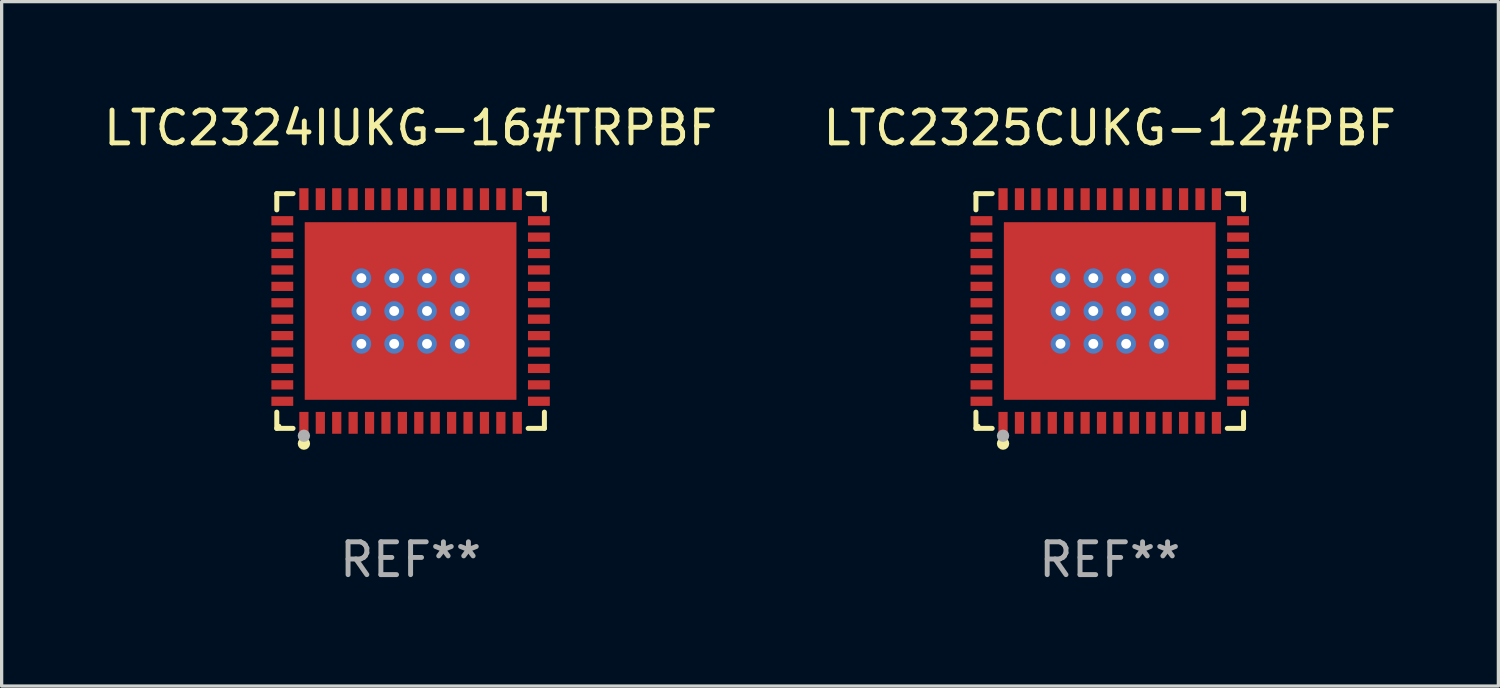
<source format=kicad_pcb>
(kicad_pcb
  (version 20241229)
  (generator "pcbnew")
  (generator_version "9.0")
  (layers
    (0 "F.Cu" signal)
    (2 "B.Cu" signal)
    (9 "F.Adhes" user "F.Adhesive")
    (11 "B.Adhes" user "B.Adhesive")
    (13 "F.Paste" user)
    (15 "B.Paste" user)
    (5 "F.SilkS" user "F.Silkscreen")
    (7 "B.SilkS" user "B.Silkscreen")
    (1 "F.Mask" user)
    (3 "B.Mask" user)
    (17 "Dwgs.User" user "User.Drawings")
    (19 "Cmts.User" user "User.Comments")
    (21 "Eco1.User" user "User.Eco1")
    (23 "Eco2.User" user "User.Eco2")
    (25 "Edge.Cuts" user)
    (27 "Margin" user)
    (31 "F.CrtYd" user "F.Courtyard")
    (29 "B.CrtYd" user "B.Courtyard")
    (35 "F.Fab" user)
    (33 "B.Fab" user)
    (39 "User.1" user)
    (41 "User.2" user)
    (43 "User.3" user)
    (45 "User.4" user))
  (footprint "LTC2325CUKG-12#PBF"
    (layer "F.Cu")
    (at 30.756 6.424)
    (property "Reference" "LTC2325CUKG-12#PBF" (at 0 -5.576 0) (layer "F.SilkS") (effects (font (size 1 1) (thickness 0.15))))
    (attr through_hole)
    (fp_line (start -4.076 -3.576) (end -3.581 -3.576) (stroke (width 0.152) (type solid)) (layer "F.SilkS"))
    (fp_line (start -4.076 -3.081) (end -4.076 -3.576) (stroke (width 0.152) (type solid)) (layer "F.SilkS"))
    (fp_line (start -4.076 3.081) (end -4.076 3.576) (stroke (width 0.152) (type solid)) (layer "F.SilkS"))
    (fp_line (start -4.076 3.576) (end -3.581 3.576) (stroke (width 0.152) (type solid)) (layer "F.SilkS"))
    (fp_line (start 4.076 -3.576) (end 3.581 -3.576) (stroke (width 0.152) (type solid)) (layer "F.SilkS"))
    (fp_line (start 4.076 -3.081) (end 4.076 -3.576) (stroke (width 0.152) (type solid)) (layer "F.SilkS"))
    (fp_line (start 4.076 3.081) (end 4.076 3.576) (stroke (width 0.152) (type solid)) (layer "F.SilkS"))
    (fp_line (start 4.076 3.576) (end 3.581 3.576) (stroke (width 0.152) (type solid)) (layer "F.SilkS"))
    (fp_circle (center -4 3.5) (end -3.97 3.5) (stroke (width 0.06) (type solid)) (fill no) (layer "F.SilkS"))
    (fp_circle (center -3.25 4.04) (end -3.156 4.04) (stroke (width 0.188) (type solid)) (fill no) (layer "F.SilkS"))
    (fp_circle (center -3.25 3.8) (end -3.156 3.8) (stroke (width 0.188) (type solid)) (fill no) (layer "F.Fab"))
    (fp_text user "REF**" (at 0 7.576 0) (layer "F.Fab") (effects (font (size 1 1) (thickness 0.15))))
    (pad "1" smd rect (at -3.25 3.407) (size 0.28 0.665) (layers "F.Cu" "F.Mask" "F.Paste"))
    (pad "2" smd rect (at -2.75 3.407) (size 0.28 0.665) (layers "F.Cu" "F.Mask" "F.Paste"))
    (pad "3" smd rect (at -2.25 3.407) (size 0.28 0.665) (layers "F.Cu" "F.Mask" "F.Paste"))
    (pad "4" smd rect (at -1.75 3.407) (size 0.28 0.665) (layers "F.Cu" "F.Mask" "F.Paste"))
    (pad "5" smd rect (at -1.25 3.407) (size 0.28 0.665) (layers "F.Cu" "F.Mask" "F.Paste"))
    (pad "6" smd rect (at -0.75 3.407) (size 0.28 0.665) (layers "F.Cu" "F.Mask" "F.Paste"))
    (pad "7" smd rect (at -0.25 3.407) (size 0.28 0.665) (layers "F.Cu" "F.Mask" "F.Paste"))
    (pad "8" smd rect (at 0.25 3.407) (size 0.28 0.665) (layers "F.Cu" "F.Mask" "F.Paste"))
    (pad "9" smd rect (at 0.75 3.407) (size 0.28 0.665) (layers "F.Cu" "F.Mask" "F.Paste"))
    (pad "10" smd rect (at 1.25 3.407) (size 0.28 0.665) (layers "F.Cu" "F.Mask" "F.Paste"))
    (pad "11" smd rect (at 1.75 3.407) (size 0.28 0.665) (layers "F.Cu" "F.Mask" "F.Paste"))
    (pad "12" smd rect (at 2.25 3.407) (size 0.28 0.665) (layers "F.Cu" "F.Mask" "F.Paste"))
    (pad "13" smd rect (at 2.75 3.407) (size 0.28 0.665) (layers "F.Cu" "F.Mask" "F.Paste"))
    (pad "14" smd rect (at 3.25 3.407) (size 0.28 0.665) (layers "F.Cu" "F.Mask" "F.Paste"))
    (pad "15" smd rect (at 3.908 2.75) (size 0.665 0.28) (layers "F.Cu" "F.Mask" "F.Paste"))
    (pad "16" smd rect (at 3.908 2.25) (size 0.665 0.28) (layers "F.Cu" "F.Mask" "F.Paste"))
    (pad "17" smd rect (at 3.908 1.75) (size 0.665 0.28) (layers "F.Cu" "F.Mask" "F.Paste"))
    (pad "18" smd rect (at 3.908 1.25) (size 0.665 0.28) (layers "F.Cu" "F.Mask" "F.Paste"))
    (pad "19" smd rect (at 3.908 0.75) (size 0.665 0.28) (layers "F.Cu" "F.Mask" "F.Paste"))
    (pad "20" smd rect (at 3.908 0.25) (size 0.665 0.28) (layers "F.Cu" "F.Mask" "F.Paste"))
    (pad "21" smd rect (at 3.908 -0.25) (size 0.665 0.28) (layers "F.Cu" "F.Mask" "F.Paste"))
    (pad "22" smd rect (at 3.908 -0.75) (size 0.665 0.28) (layers "F.Cu" "F.Mask" "F.Paste"))
    (pad "23" smd rect (at 3.908 -1.25) (size 0.665 0.28) (layers "F.Cu" "F.Mask" "F.Paste"))
    (pad "24" smd rect (at 3.908 -1.75) (size 0.665 0.28) (layers "F.Cu" "F.Mask" "F.Paste"))
    (pad "25" smd rect (at 3.908 -2.25) (size 0.665 0.28) (layers "F.Cu" "F.Mask" "F.Paste"))
    (pad "26" smd rect (at 3.908 -2.75) (size 0.665 0.28) (layers "F.Cu" "F.Mask" "F.Paste"))
    (pad "27" smd rect (at 3.25 -3.407) (size 0.28 0.665) (layers "F.Cu" "F.Mask" "F.Paste"))
    (pad "28" smd rect (at 2.75 -3.407) (size 0.28 0.665) (layers "F.Cu" "F.Mask" "F.Paste"))
    (pad "29" smd rect (at 2.25 -3.407) (size 0.28 0.665) (layers "F.Cu" "F.Mask" "F.Paste"))
    (pad "30" smd rect (at 1.75 -3.407) (size 0.28 0.665) (layers "F.Cu" "F.Mask" "F.Paste"))
    (pad "31" smd rect (at 1.25 -3.407) (size 0.28 0.665) (layers "F.Cu" "F.Mask" "F.Paste"))
    (pad "32" smd rect (at 0.75 -3.407) (size 0.28 0.665) (layers "F.Cu" "F.Mask" "F.Paste"))
    (pad "33" smd rect (at 0.25 -3.407) (size 0.28 0.665) (layers "F.Cu" "F.Mask" "F.Paste"))
    (pad "34" smd rect (at -0.25 -3.407) (size 0.28 0.665) (layers "F.Cu" "F.Mask" "F.Paste"))
    (pad "35" smd rect (at -0.75 -3.407) (size 0.28 0.665) (layers "F.Cu" "F.Mask" "F.Paste"))
    (pad "36" smd rect (at -1.25 -3.407) (size 0.28 0.665) (layers "F.Cu" "F.Mask" "F.Paste"))
    (pad "37" smd rect (at -1.75 -3.407) (size 0.28 0.665) (layers "F.Cu" "F.Mask" "F.Paste"))
    (pad "38" smd rect (at -2.25 -3.407) (size 0.28 0.665) (layers "F.Cu" "F.Mask" "F.Paste"))
    (pad "39" smd rect (at -2.75 -3.407) (size 0.28 0.665) (layers "F.Cu" "F.Mask" "F.Paste"))
    (pad "40" smd rect (at -3.25 -3.407) (size 0.28 0.665) (layers "F.Cu" "F.Mask" "F.Paste"))
    (pad "41" smd rect (at -3.908 -2.75) (size 0.665 0.28) (layers "F.Cu" "F.Mask" "F.Paste"))
    (pad "42" smd rect (at -3.908 -2.25) (size 0.665 0.28) (layers "F.Cu" "F.Mask" "F.Paste"))
    (pad "43" smd rect (at -3.908 -1.75) (size 0.665 0.28) (layers "F.Cu" "F.Mask" "F.Paste"))
    (pad "44" smd rect (at -3.908 -1.25) (size 0.665 0.28) (layers "F.Cu" "F.Mask" "F.Paste"))
    (pad "45" smd rect (at -3.908 -0.75) (size 0.665 0.28) (layers "F.Cu" "F.Mask" "F.Paste"))
    (pad "46" smd rect (at -3.908 -0.25) (size 0.665 0.28) (layers "F.Cu" "F.Mask" "F.Paste"))
    (pad "47" smd rect (at -3.908 0.25) (size 0.665 0.28) (layers "F.Cu" "F.Mask" "F.Paste"))
    (pad "48" smd rect (at -3.908 0.75) (size 0.665 0.28) (layers "F.Cu" "F.Mask" "F.Paste"))
    (pad "49" smd rect (at -3.908 1.25) (size 0.665 0.28) (layers "F.Cu" "F.Mask" "F.Paste"))
    (pad "50" smd rect (at -3.908 1.75) (size 0.665 0.28) (layers "F.Cu" "F.Mask" "F.Paste"))
    (pad "51" smd rect (at -3.908 2.25) (size 0.665 0.28) (layers "F.Cu" "F.Mask" "F.Paste"))
    (pad "52" smd rect (at -3.908 2.75) (size 0.665 0.28) (layers "F.Cu" "F.Mask" "F.Paste"))
    (pad "53" thru_hole circle (at -1.5 -1) (size 0.6 0.6) (drill 0.3) (layers "*.Cu" "*.Mask"))
    (pad "53" thru_hole circle (at -1.5 0) (size 0.6 0.6) (drill 0.3) (layers "*.Cu" "*.Mask"))
    (pad "53" thru_hole circle (at -1.5 1) (size 0.6 0.6) (drill 0.3) (layers "*.Cu" "*.Mask"))
    (pad "53" thru_hole circle (at -0.5 -1) (size 0.6 0.6) (drill 0.3) (layers "*.Cu" "*.Mask"))
    (pad "53" thru_hole circle (at -0.5 0) (size 0.6 0.6) (drill 0.3) (layers "*.Cu" "*.Mask"))
    (pad "53" thru_hole circle (at -0.5 1) (size 0.6 0.6) (drill 0.3) (layers "*.Cu" "*.Mask"))
    (pad "53" smd rect (at 0 0) (size 6.45 5.41) (layers "F.Cu" "F.Mask" "F.Paste"))
    (pad "53" thru_hole circle (at 0.5 -1) (size 0.6 0.6) (drill 0.3) (layers "*.Cu" "*.Mask"))
    (pad "53" thru_hole circle (at 0.5 0) (size 0.6 0.6) (drill 0.3) (layers "*.Cu" "*.Mask"))
    (pad "53" thru_hole circle (at 0.5 1) (size 0.6 0.6) (drill 0.3) (layers "*.Cu" "*.Mask"))
    (pad "53" thru_hole circle (at 1.5 -1) (size 0.6 0.6) (drill 0.3) (layers "*.Cu" "*.Mask"))
    (pad "53" thru_hole circle (at 1.5 0) (size 0.6 0.6) (drill 0.3) (layers "*.Cu" "*.Mask"))
    (pad "53" thru_hole circle (at 1.5 1) (size 0.6 0.6) (drill 0.3) (layers "*.Cu" "*.Mask")))
  (footprint "LTC2324IUKG-16#TRPBF"
    (layer "F.Cu")
    (at 9.458 6.424)
    (property "Reference" "LTC2324IUKG-16#TRPBF" (at 0 -5.576 0) (layer "F.SilkS") (effects (font (size 1 1) (thickness 0.15))))
    (attr through_hole)
    (fp_line (start -4.076 -3.576) (end -3.581 -3.576) (stroke (width 0.152) (type solid)) (layer "F.SilkS"))
    (fp_line (start -4.076 -3.081) (end -4.076 -3.576) (stroke (width 0.152) (type solid)) (layer "F.SilkS"))
    (fp_line (start -4.076 3.081) (end -4.076 3.576) (stroke (width 0.152) (type solid)) (layer "F.SilkS"))
    (fp_line (start -4.076 3.576) (end -3.581 3.576) (stroke (width 0.152) (type solid)) (layer "F.SilkS"))
    (fp_line (start 4.076 -3.576) (end 3.581 -3.576) (stroke (width 0.152) (type solid)) (layer "F.SilkS"))
    (fp_line (start 4.076 -3.081) (end 4.076 -3.576) (stroke (width 0.152) (type solid)) (layer "F.SilkS"))
    (fp_line (start 4.076 3.081) (end 4.076 3.576) (stroke (width 0.152) (type solid)) (layer "F.SilkS"))
    (fp_line (start 4.076 3.576) (end 3.581 3.576) (stroke (width 0.152) (type solid)) (layer "F.SilkS"))
    (fp_circle (center -4 3.5) (end -3.97 3.5) (stroke (width 0.06) (type solid)) (fill no) (layer "F.SilkS"))
    (fp_circle (center -3.25 4.04) (end -3.156 4.04) (stroke (width 0.188) (type solid)) (fill no) (layer "F.SilkS"))
    (fp_circle (center -3.25 3.8) (end -3.156 3.8) (stroke (width 0.188) (type solid)) (fill no) (layer "F.Fab"))
    (fp_text user "REF**" (at 0 7.576 0) (layer "F.Fab") (effects (font (size 1 1) (thickness 0.15))))
    (pad "1" smd rect (at -3.25 3.407) (size 0.28 0.665) (layers "F.Cu" "F.Mask" "F.Paste"))
    (pad "2" smd rect (at -2.75 3.407) (size 0.28 0.665) (layers "F.Cu" "F.Mask" "F.Paste"))
    (pad "3" smd rect (at -2.25 3.407) (size 0.28 0.665) (layers "F.Cu" "F.Mask" "F.Paste"))
    (pad "4" smd rect (at -1.75 3.407) (size 0.28 0.665) (layers "F.Cu" "F.Mask" "F.Paste"))
    (pad "5" smd rect (at -1.25 3.407) (size 0.28 0.665) (layers "F.Cu" "F.Mask" "F.Paste"))
    (pad "6" smd rect (at -0.75 3.407) (size 0.28 0.665) (layers "F.Cu" "F.Mask" "F.Paste"))
    (pad "7" smd rect (at -0.25 3.407) (size 0.28 0.665) (layers "F.Cu" "F.Mask" "F.Paste"))
    (pad "8" smd rect (at 0.25 3.407) (size 0.28 0.665) (layers "F.Cu" "F.Mask" "F.Paste"))
    (pad "9" smd rect (at 0.75 3.407) (size 0.28 0.665) (layers "F.Cu" "F.Mask" "F.Paste"))
    (pad "10" smd rect (at 1.25 3.407) (size 0.28 0.665) (layers "F.Cu" "F.Mask" "F.Paste"))
    (pad "11" smd rect (at 1.75 3.407) (size 0.28 0.665) (layers "F.Cu" "F.Mask" "F.Paste"))
    (pad "12" smd rect (at 2.25 3.407) (size 0.28 0.665) (layers "F.Cu" "F.Mask" "F.Paste"))
    (pad "13" smd rect (at 2.75 3.407) (size 0.28 0.665) (layers "F.Cu" "F.Mask" "F.Paste"))
    (pad "14" smd rect (at 3.25 3.407) (size 0.28 0.665) (layers "F.Cu" "F.Mask" "F.Paste"))
    (pad "15" smd rect (at 3.908 2.75) (size 0.665 0.28) (layers "F.Cu" "F.Mask" "F.Paste"))
    (pad "16" smd rect (at 3.908 2.25) (size 0.665 0.28) (layers "F.Cu" "F.Mask" "F.Paste"))
    (pad "17" smd rect (at 3.908 1.75) (size 0.665 0.28) (layers "F.Cu" "F.Mask" "F.Paste"))
    (pad "18" smd rect (at 3.908 1.25) (size 0.665 0.28) (layers "F.Cu" "F.Mask" "F.Paste"))
    (pad "19" smd rect (at 3.908 0.75) (size 0.665 0.28) (layers "F.Cu" "F.Mask" "F.Paste"))
    (pad "20" smd rect (at 3.908 0.25) (size 0.665 0.28) (layers "F.Cu" "F.Mask" "F.Paste"))
    (pad "21" smd rect (at 3.908 -0.25) (size 0.665 0.28) (layers "F.Cu" "F.Mask" "F.Paste"))
    (pad "22" smd rect (at 3.908 -0.75) (size 0.665 0.28) (layers "F.Cu" "F.Mask" "F.Paste"))
    (pad "23" smd rect (at 3.908 -1.25) (size 0.665 0.28) (layers "F.Cu" "F.Mask" "F.Paste"))
    (pad "24" smd rect (at 3.908 -1.75) (size 0.665 0.28) (layers "F.Cu" "F.Mask" "F.Paste"))
    (pad "25" smd rect (at 3.908 -2.25) (size 0.665 0.28) (layers "F.Cu" "F.Mask" "F.Paste"))
    (pad "26" smd rect (at 3.908 -2.75) (size 0.665 0.28) (layers "F.Cu" "F.Mask" "F.Paste"))
    (pad "27" smd rect (at 3.25 -3.407) (size 0.28 0.665) (layers "F.Cu" "F.Mask" "F.Paste"))
    (pad "28" smd rect (at 2.75 -3.407) (size 0.28 0.665) (layers "F.Cu" "F.Mask" "F.Paste"))
    (pad "29" smd rect (at 2.25 -3.407) (size 0.28 0.665) (layers "F.Cu" "F.Mask" "F.Paste"))
    (pad "30" smd rect (at 1.75 -3.407) (size 0.28 0.665) (layers "F.Cu" "F.Mask" "F.Paste"))
    (pad "31" smd rect (at 1.25 -3.407) (size 0.28 0.665) (layers "F.Cu" "F.Mask" "F.Paste"))
    (pad "32" smd rect (at 0.75 -3.407) (size 0.28 0.665) (layers "F.Cu" "F.Mask" "F.Paste"))
    (pad "33" smd rect (at 0.25 -3.407) (size 0.28 0.665) (layers "F.Cu" "F.Mask" "F.Paste"))
    (pad "34" smd rect (at -0.25 -3.407) (size 0.28 0.665) (layers "F.Cu" "F.Mask" "F.Paste"))
    (pad "35" smd rect (at -0.75 -3.407) (size 0.28 0.665) (layers "F.Cu" "F.Mask" "F.Paste"))
    (pad "36" smd rect (at -1.25 -3.407) (size 0.28 0.665) (layers "F.Cu" "F.Mask" "F.Paste"))
    (pad "37" smd rect (at -1.75 -3.407) (size 0.28 0.665) (layers "F.Cu" "F.Mask" "F.Paste"))
    (pad "38" smd rect (at -2.25 -3.407) (size 0.28 0.665) (layers "F.Cu" "F.Mask" "F.Paste"))
    (pad "39" smd rect (at -2.75 -3.407) (size 0.28 0.665) (layers "F.Cu" "F.Mask" "F.Paste"))
    (pad "40" smd rect (at -3.25 -3.407) (size 0.28 0.665) (layers "F.Cu" "F.Mask" "F.Paste"))
    (pad "41" smd rect (at -3.908 -2.75) (size 0.665 0.28) (layers "F.Cu" "F.Mask" "F.Paste"))
    (pad "42" smd rect (at -3.908 -2.25) (size 0.665 0.28) (layers "F.Cu" "F.Mask" "F.Paste"))
    (pad "43" smd rect (at -3.908 -1.75) (size 0.665 0.28) (layers "F.Cu" "F.Mask" "F.Paste"))
    (pad "44" smd rect (at -3.908 -1.25) (size 0.665 0.28) (layers "F.Cu" "F.Mask" "F.Paste"))
    (pad "45" smd rect (at -3.908 -0.75) (size 0.665 0.28) (layers "F.Cu" "F.Mask" "F.Paste"))
    (pad "46" smd rect (at -3.908 -0.25) (size 0.665 0.28) (layers "F.Cu" "F.Mask" "F.Paste"))
    (pad "47" smd rect (at -3.908 0.25) (size 0.665 0.28) (layers "F.Cu" "F.Mask" "F.Paste"))
    (pad "48" smd rect (at -3.908 0.75) (size 0.665 0.28) (layers "F.Cu" "F.Mask" "F.Paste"))
    (pad "49" smd rect (at -3.908 1.25) (size 0.665 0.28) (layers "F.Cu" "F.Mask" "F.Paste"))
    (pad "50" smd rect (at -3.908 1.75) (size 0.665 0.28) (layers "F.Cu" "F.Mask" "F.Paste"))
    (pad "51" smd rect (at -3.908 2.25) (size 0.665 0.28) (layers "F.Cu" "F.Mask" "F.Paste"))
    (pad "52" smd rect (at -3.908 2.75) (size 0.665 0.28) (layers "F.Cu" "F.Mask" "F.Paste"))
    (pad "53" thru_hole circle (at -1.5 -1) (size 0.6 0.6) (drill 0.3) (layers "*.Cu" "*.Mask"))
    (pad "53" thru_hole circle (at -1.5 0) (size 0.6 0.6) (drill 0.3) (layers "*.Cu" "*.Mask"))
    (pad "53" thru_hole circle (at -1.5 1) (size 0.6 0.6) (drill 0.3) (layers "*.Cu" "*.Mask"))
    (pad "53" thru_hole circle (at -0.5 -1) (size 0.6 0.6) (drill 0.3) (layers "*.Cu" "*.Mask"))
    (pad "53" thru_hole circle (at -0.5 0) (size 0.6 0.6) (drill 0.3) (layers "*.Cu" "*.Mask"))
    (pad "53" thru_hole circle (at -0.5 1) (size 0.6 0.6) (drill 0.3) (layers "*.Cu" "*.Mask"))
    (pad "53" smd rect (at 0 0) (size 6.45 5.41) (layers "F.Cu" "F.Mask" "F.Paste"))
    (pad "53" thru_hole circle (at 0.5 -1) (size 0.6 0.6) (drill 0.3) (layers "*.Cu" "*.Mask"))
    (pad "53" thru_hole circle (at 0.5 0) (size 0.6 0.6) (drill 0.3) (layers "*.Cu" "*.Mask"))
    (pad "53" thru_hole circle (at 0.5 1) (size 0.6 0.6) (drill 0.3) (layers "*.Cu" "*.Mask"))
    (pad "53" thru_hole circle (at 1.5 -1) (size 0.6 0.6) (drill 0.3) (layers "*.Cu" "*.Mask"))
    (pad "53" thru_hole circle (at 1.5 0) (size 0.6 0.6) (drill 0.3) (layers "*.Cu" "*.Mask"))
    (pad "53" thru_hole circle (at 1.5 1) (size 0.6 0.6) (drill 0.3) (layers "*.Cu" "*.Mask")))
  (gr_rect
    (start -3 -3)
    (end 42.595 17.849)
    (stroke (width 0.1) (type default))
    (fill no)
    (layer "Edge.Cuts")))
</source>
